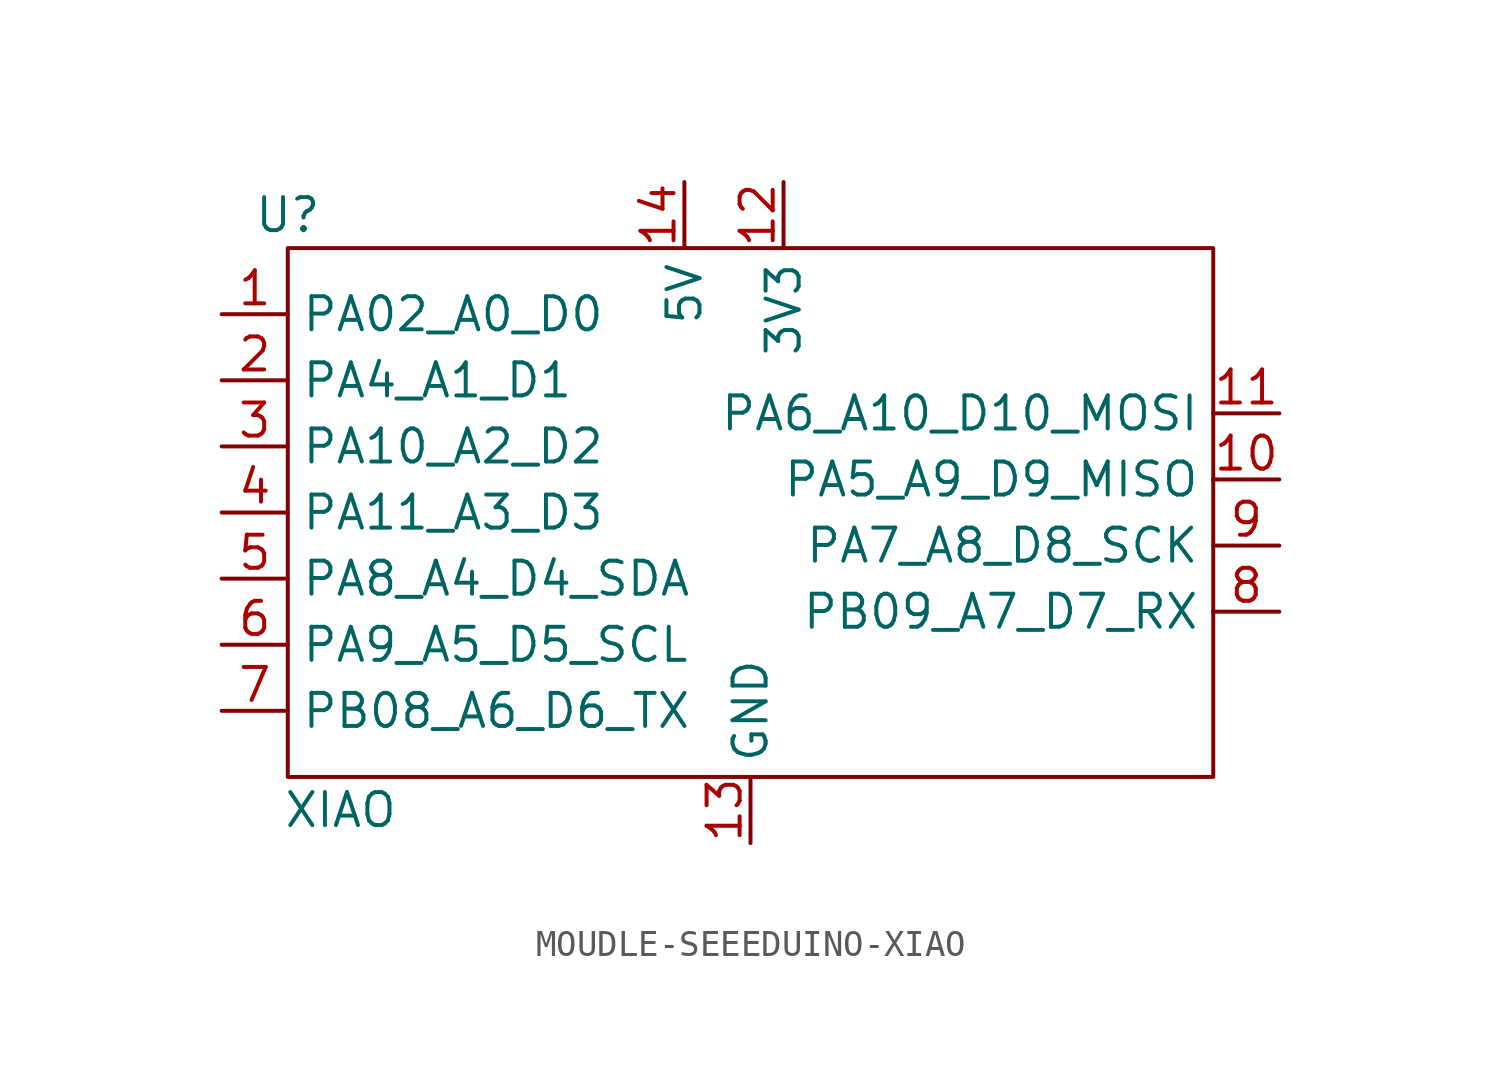
<source format=kicad_sym>
(kicad_symbol_lib
  (version 20231120)
  (generator "kicad_symbol_editor")
  (generator_version "8.0")
  (symbol "MOUDLE-SEEEDUINO-XIAO"
    (property "Reference" "U"
      (at -16.51 11.43 0)
      (effects (font (size 1.27 1.27))))
    (property "Value" "XIAO"
      (at -14.478 -11.43 0)
      (effects (font (size 1.27 1.27))))
    (symbol "MOUDLE-SEEEDUINO-XIAO_0_1"
      (rectangle (start -16.51 10.16) (end 19.05 -10.16) (stroke (width 0) (type default)) (fill (type none))))
    (symbol "MOUDLE-SEEEDUINO-XIAO_1_1"
      (pin bidirectional line (at -19.05 7.62 0) (length 2.54) (name "PA02_A0_D0" (effects (font (size 1.27 1.27)))) (number "1" (effects (font (size 1.27 1.27)))))
      (pin bidirectional line (at 21.59 1.27 180) (length 2.54) (name "PA5_A9_D9_MISO" (effects (font (size 1.27 1.27)))) (number "10" (effects (font (size 1.27 1.27)))))
      (pin bidirectional line (at 21.59 3.81 180) (length 2.54) (name "PA6_A10_D10_MOSI" (effects (font (size 1.27 1.27)))) (number "11" (effects (font (size 1.27 1.27)))))
      (pin power_out line (at 2.54 12.7 270) (length 2.54) (name "3V3" (effects (font (size 1.27 1.27)))) (number "12" (effects (font (size 1.27 1.27)))))
      (pin power_out line (at 1.27 -12.7 90) (length 2.54) (name "GND" (effects (font (size 1.27 1.27)))) (number "13" (effects (font (size 1.27 1.27)))))
      (pin power_out line (at -1.27 12.7 270) (length 2.54) (name "5V" (effects (font (size 1.27 1.27)))) (number "14" (effects (font (size 1.27 1.27)))))
      (pin bidirectional line (at -19.05 5.08 0) (length 2.54) (name "PA4_A1_D1" (effects (font (size 1.27 1.27)))) (number "2" (effects (font (size 1.27 1.27)))))
      (pin bidirectional line (at -19.05 2.54 0) (length 2.54) (name "PA10_A2_D2" (effects (font (size 1.27 1.27)))) (number "3" (effects (font (size 1.27 1.27)))))
      (pin bidirectional line (at -19.05 0 0) (length 2.54) (name "PA11_A3_D3" (effects (font (size 1.27 1.27)))) (number "4" (effects (font (size 1.27 1.27)))))
      (pin bidirectional line (at -19.05 -2.54 0) (length 2.54) (name "PA8_A4_D4_SDA" (effects (font (size 1.27 1.27)))) (number "5" (effects (font (size 1.27 1.27)))))
      (pin bidirectional line (at -19.05 -5.08 0) (length 2.54) (name "PA9_A5_D5_SCL" (effects (font (size 1.27 1.27)))) (number "6" (effects (font (size 1.27 1.27)))))
      (pin bidirectional line (at -19.05 -7.62 0) (length 2.54) (name "PB08_A6_D6_TX" (effects (font (size 1.27 1.27)))) (number "7" (effects (font (size 1.27 1.27)))))
      (pin bidirectional line (at 21.59 -3.81 180) (length 2.54) (name "PB09_A7_D7_RX" (effects (font (size 1.27 1.27)))) (number "8" (effects (font (size 1.27 1.27)))))
      (pin bidirectional line (at 21.59 -1.27 180) (length 2.54) (name "PA7_A8_D8_SCK" (effects (font (size 1.27 1.27)))) (number "9" (effects (font (size 1.27 1.27))))))))
</source>
